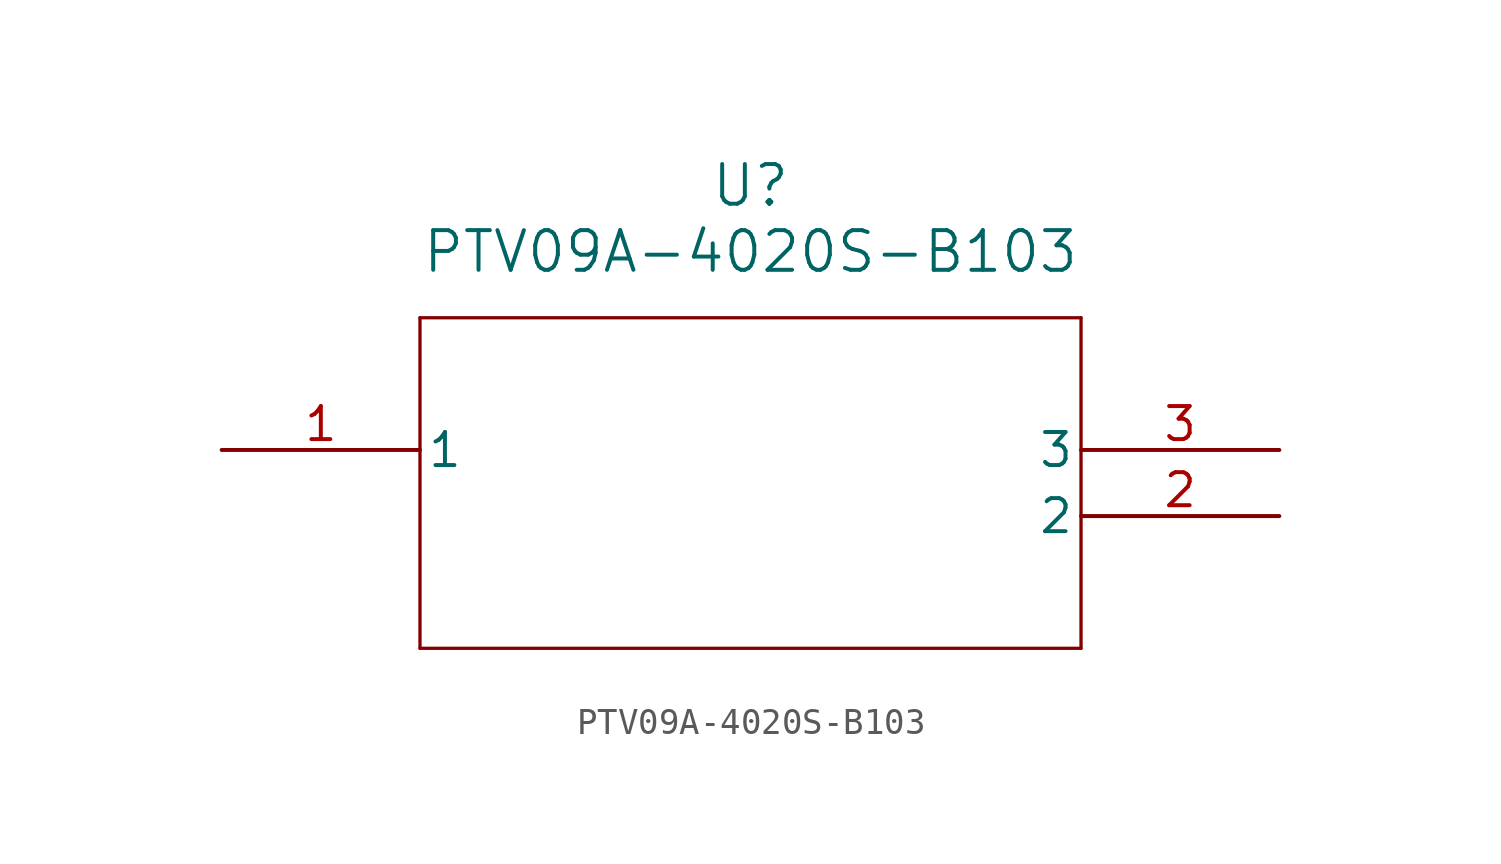
<source format=kicad_sym>
(kicad_symbol_lib
  (version 20211014)
  (generator kicad_symbol_editor)
  (symbol "PTV09A-4020S-B103"
    (pin_names
      (offset 0.254))
    (property "Reference" "U"
      (at 20.32 10.16 0)
      (effects (font (size 1.524 1.524))))
    (property "Value" "PTV09A-4020S-B103"
      (at 20.32 7.62 0)
      (effects (font (size 1.524 1.524))))
    (symbol "PTV09A-4020S-B103_0_1"
      (polyline (pts (xy 7.62 5.08) (xy 7.62 -7.62)) (stroke (width 0.127) (type default) (color 0 0 0 0)) (fill (type none)))
      (polyline (pts (xy 7.62 -7.62) (xy 33.02 -7.62)) (stroke (width 0.127) (type default) (color 0 0 0 0)) (fill (type none)))
      (polyline (pts (xy 33.02 -7.62) (xy 33.02 5.08)) (stroke (width 0.127) (type default) (color 0 0 0 0)) (fill (type none)))
      (polyline (pts (xy 33.02 5.08) (xy 7.62 5.08)) (stroke (width 0.127) (type default) (color 0 0 0 0)) (fill (type none)))
      (pin unspecified line (at 0 0 0) (length 7.62) (name "1" (effects (font (size 1.27 1.27)))) (number "1" (effects (font (size 1.27 1.27)))))
      (pin unspecified line (at 40.64 -2.54 180) (length 7.62) (name "2" (effects (font (size 1.27 1.27)))) (number "2" (effects (font (size 1.27 1.27)))))
      (pin unspecified line (at 40.64 0 180) (length 7.62) (name "3" (effects (font (size 1.27 1.27)))) (number "3" (effects (font (size 1.27 1.27))))))))
</source>
